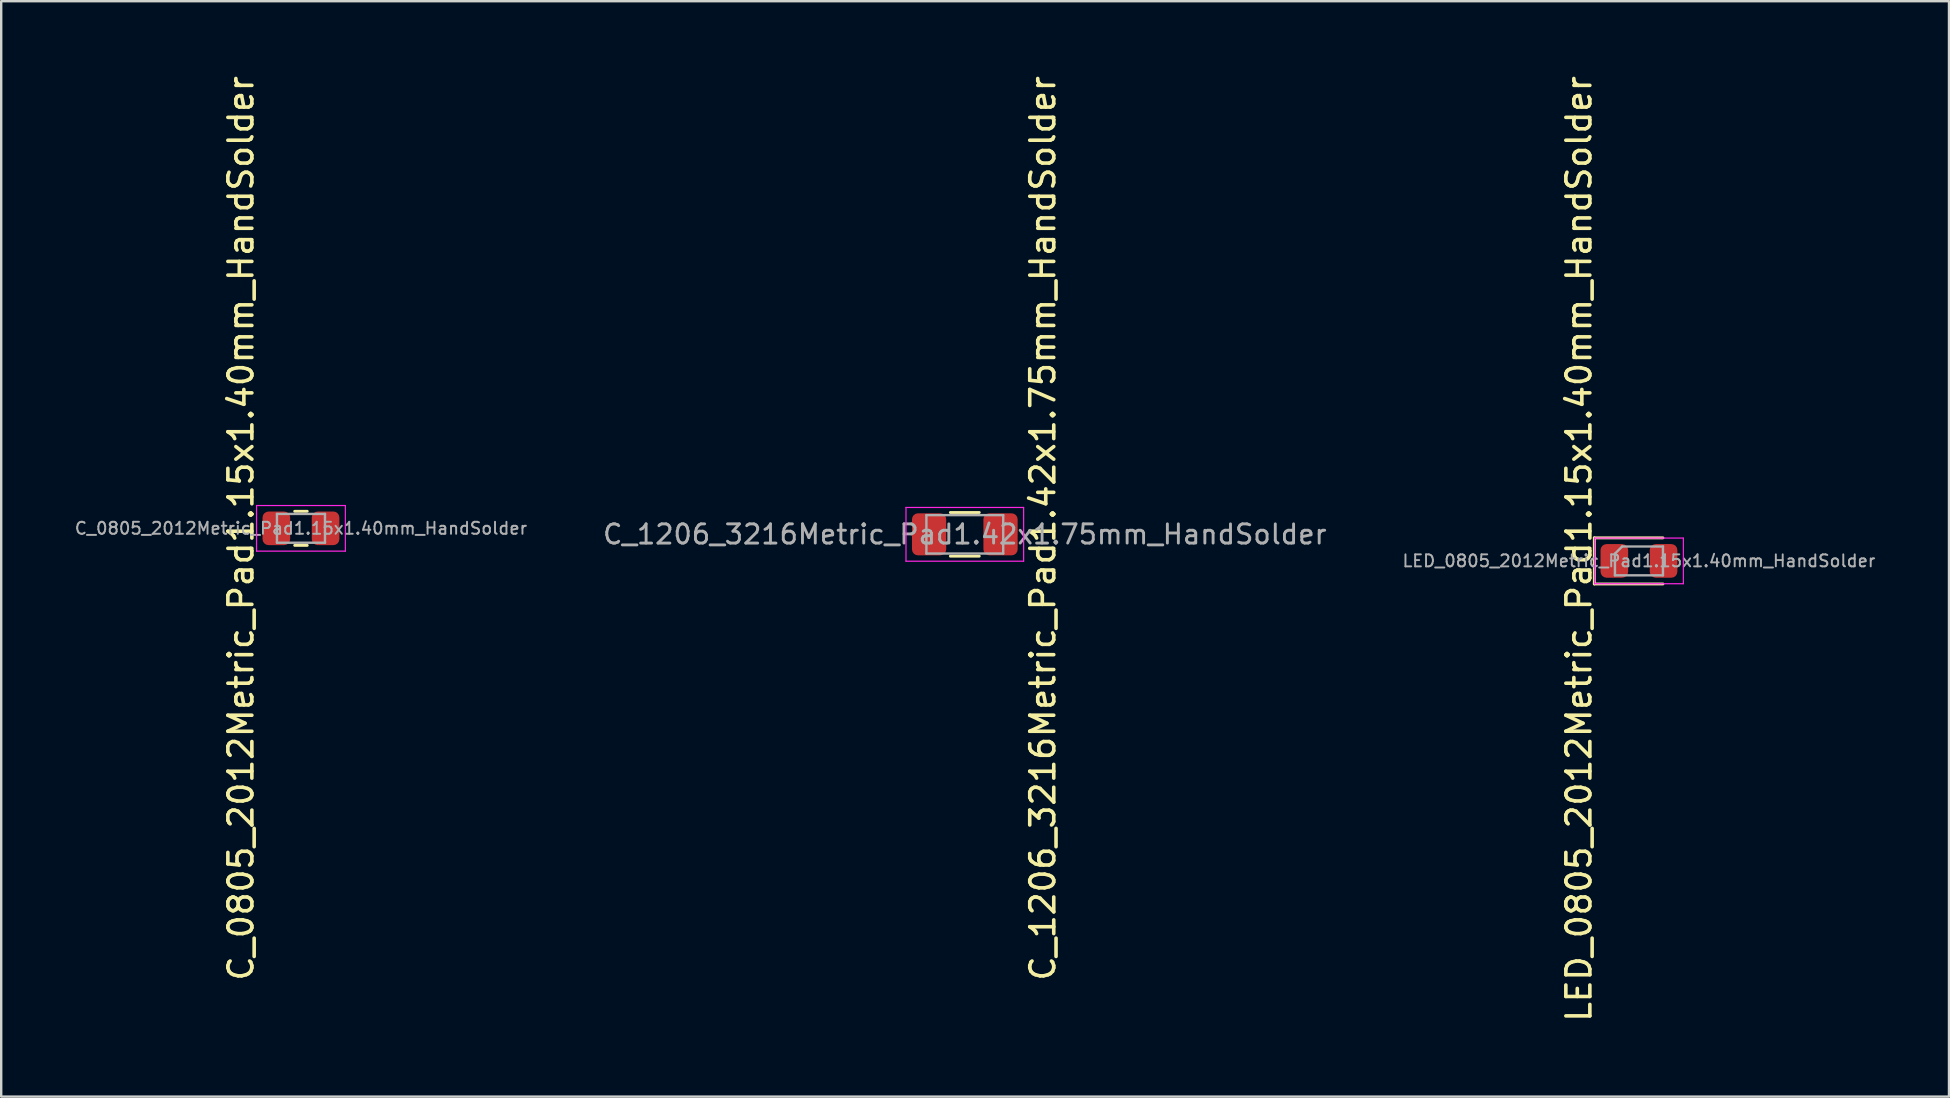
<source format=kicad_pcb>
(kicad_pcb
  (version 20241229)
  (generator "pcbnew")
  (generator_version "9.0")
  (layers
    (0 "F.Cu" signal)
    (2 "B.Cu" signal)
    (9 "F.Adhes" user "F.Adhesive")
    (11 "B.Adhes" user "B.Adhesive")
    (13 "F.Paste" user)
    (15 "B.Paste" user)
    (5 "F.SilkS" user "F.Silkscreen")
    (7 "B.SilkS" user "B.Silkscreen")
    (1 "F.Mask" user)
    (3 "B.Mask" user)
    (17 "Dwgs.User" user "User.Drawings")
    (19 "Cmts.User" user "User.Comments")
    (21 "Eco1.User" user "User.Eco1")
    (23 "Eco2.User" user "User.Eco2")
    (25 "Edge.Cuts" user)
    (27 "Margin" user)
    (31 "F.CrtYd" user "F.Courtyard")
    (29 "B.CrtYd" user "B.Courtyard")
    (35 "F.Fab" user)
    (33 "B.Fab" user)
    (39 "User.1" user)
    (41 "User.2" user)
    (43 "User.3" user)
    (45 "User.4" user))
  (footprint "LED_0805_2012Metric_Pad1.15x1.40mm_HandSolder"
    (layer "F.Cu")
    (at 65.222 20.315)
    (property "Reference" "LED_0805_2012Metric_Pad1.15x1.40mm_HandSolder" (at -2.5 -0.5 90) (layer "F.SilkS") (effects (font (size 1 1) (thickness 0.15))))
    (attr smd)
    (fp_line (start -1.86 -0.96) (end -1.86 0.96) (stroke (width 0.12) (type solid)) (layer "F.SilkS"))
    (fp_line (start -1.86 0.96) (end 1 0.96) (stroke (width 0.12) (type solid)) (layer "F.SilkS"))
    (fp_line (start 1 -0.96) (end -1.86 -0.96) (stroke (width 0.12) (type solid)) (layer "F.SilkS"))
    (fp_line (start -1.85 -0.95) (end 1.85 -0.95) (stroke (width 0.05) (type solid)) (layer "F.CrtYd"))
    (fp_line (start -1.85 0.95) (end -1.85 -0.95) (stroke (width 0.05) (type solid)) (layer "F.CrtYd"))
    (fp_line (start 1.85 -0.95) (end 1.85 0.95) (stroke (width 0.05) (type solid)) (layer "F.CrtYd"))
    (fp_line (start 1.85 0.95) (end -1.85 0.95) (stroke (width 0.05) (type solid)) (layer "F.CrtYd"))
    (fp_line (start -1 -0.3) (end -1 0.6) (stroke (width 0.1) (type solid)) (layer "F.Fab"))
    (fp_line (start -1 0.6) (end 1 0.6) (stroke (width 0.1) (type solid)) (layer "F.Fab"))
    (fp_line (start -0.7 -0.6) (end -1 -0.3) (stroke (width 0.1) (type solid)) (layer "F.Fab"))
    (fp_line (start 1 -0.6) (end -0.7 -0.6) (stroke (width 0.1) (type solid)) (layer "F.Fab"))
    (fp_line (start 1 0.6) (end 1 -0.6) (stroke (width 0.1) (type solid)) (layer "F.Fab"))
    (fp_text user "${REFERENCE}" (at 0 0 0) (layer "F.Fab") (effects (font (size 0.5 0.5) (thickness 0.08))))
    (pad "1" smd roundrect (at -1.025 0) (size 1.15 1.4) (layers "F.Cu" "F.Mask" "F.Paste") (roundrect_rratio 0.217))
    (pad "2" smd roundrect (at 1.025 0) (size 1.15 1.4) (layers "F.Cu" "F.Mask" "F.Paste") (roundrect_rratio 0.217)))
  (footprint "C_0805_2012Metric_Pad1.15x1.40mm_HandSolder"
    (layer "F.Cu")
    (at 9.487 18.958)
    (property "Reference" "C_0805_2012Metric_Pad1.15x1.40mm_HandSolder" (at -2.5 0 270) (layer "F.SilkS") (effects (font (size 1 1) (thickness 0.15))))
    (attr smd)
    (fp_line (start -0.261 -0.71) (end 0.261 -0.71) (stroke (width 0.12) (type solid)) (layer "F.SilkS"))
    (fp_line (start -0.261 0.71) (end 0.261 0.71) (stroke (width 0.12) (type solid)) (layer "F.SilkS"))
    (fp_line (start -1.85 -0.95) (end 1.85 -0.95) (stroke (width 0.05) (type solid)) (layer "F.CrtYd"))
    (fp_line (start -1.85 0.95) (end -1.85 -0.95) (stroke (width 0.05) (type solid)) (layer "F.CrtYd"))
    (fp_line (start 1.85 -0.95) (end 1.85 0.95) (stroke (width 0.05) (type solid)) (layer "F.CrtYd"))
    (fp_line (start 1.85 0.95) (end -1.85 0.95) (stroke (width 0.05) (type solid)) (layer "F.CrtYd"))
    (fp_line (start -1 -0.6) (end 1 -0.6) (stroke (width 0.1) (type solid)) (layer "F.Fab"))
    (fp_line (start -1 0.6) (end -1 -0.6) (stroke (width 0.1) (type solid)) (layer "F.Fab"))
    (fp_line (start 1 -0.6) (end 1 0.6) (stroke (width 0.1) (type solid)) (layer "F.Fab"))
    (fp_line (start 1 0.6) (end -1 0.6) (stroke (width 0.1) (type solid)) (layer "F.Fab"))
    (fp_text user "${REFERENCE}" (at 0 0 0) (layer "F.Fab") (effects (font (size 0.5 0.5) (thickness 0.08))))
    (pad "1" smd roundrect (at -1.025 0) (size 1.15 1.4) (layers "F.Cu" "F.Mask" "F.Paste") (roundrect_rratio 0.217))
    (pad "2" smd roundrect (at 1.025 0) (size 1.15 1.4) (layers "F.Cu" "F.Mask" "F.Paste") (roundrect_rratio 0.217)))
  (footprint "C_1206_3216Metric_Pad1.42x1.75mm_HandSolder"
    (layer "F.Cu")
    (at 37.14 19.208)
    (property "Reference" "C_1206_3216Metric_Pad1.42x1.75mm_HandSolder" (at 3.25 -0.25 270) (layer "F.SilkS") (effects (font (size 1 1) (thickness 0.15))))
    (attr smd)
    (fp_line (start -0.602 -0.91) (end 0.602 -0.91) (stroke (width 0.12) (type solid)) (layer "F.SilkS"))
    (fp_line (start -0.602 0.91) (end 0.602 0.91) (stroke (width 0.12) (type solid)) (layer "F.SilkS"))
    (fp_line (start -2.45 -1.12) (end 2.45 -1.12) (stroke (width 0.05) (type solid)) (layer "F.CrtYd"))
    (fp_line (start -2.45 1.12) (end -2.45 -1.12) (stroke (width 0.05) (type solid)) (layer "F.CrtYd"))
    (fp_line (start 2.45 -1.12) (end 2.45 1.12) (stroke (width 0.05) (type solid)) (layer "F.CrtYd"))
    (fp_line (start 2.45 1.12) (end -2.45 1.12) (stroke (width 0.05) (type solid)) (layer "F.CrtYd"))
    (fp_line (start -1.6 -0.8) (end 1.6 -0.8) (stroke (width 0.1) (type solid)) (layer "F.Fab"))
    (fp_line (start -1.6 0.8) (end -1.6 -0.8) (stroke (width 0.1) (type solid)) (layer "F.Fab"))
    (fp_line (start 1.6 -0.8) (end 1.6 0.8) (stroke (width 0.1) (type solid)) (layer "F.Fab"))
    (fp_line (start 1.6 0.8) (end -1.6 0.8) (stroke (width 0.1) (type solid)) (layer "F.Fab"))
    (fp_text user "${REFERENCE}" (at 0 0 0) (layer "F.Fab") (effects (font (size 0.8 0.8) (thickness 0.12))))
    (pad "1" smd roundrect (at -1.488 0) (size 1.425 1.75) (layers "F.Cu" "F.Mask" "F.Paste") (roundrect_rratio 0.175))
    (pad "2" smd roundrect (at 1.488 0) (size 1.425 1.75) (layers "F.Cu" "F.Mask" "F.Paste") (roundrect_rratio 0.175)))
  (gr_rect
    (start -3 -3)
    (end 78.137 42.631)
    (stroke (width 0.1) (type default))
    (fill no)
    (layer "Edge.Cuts")))
</source>
